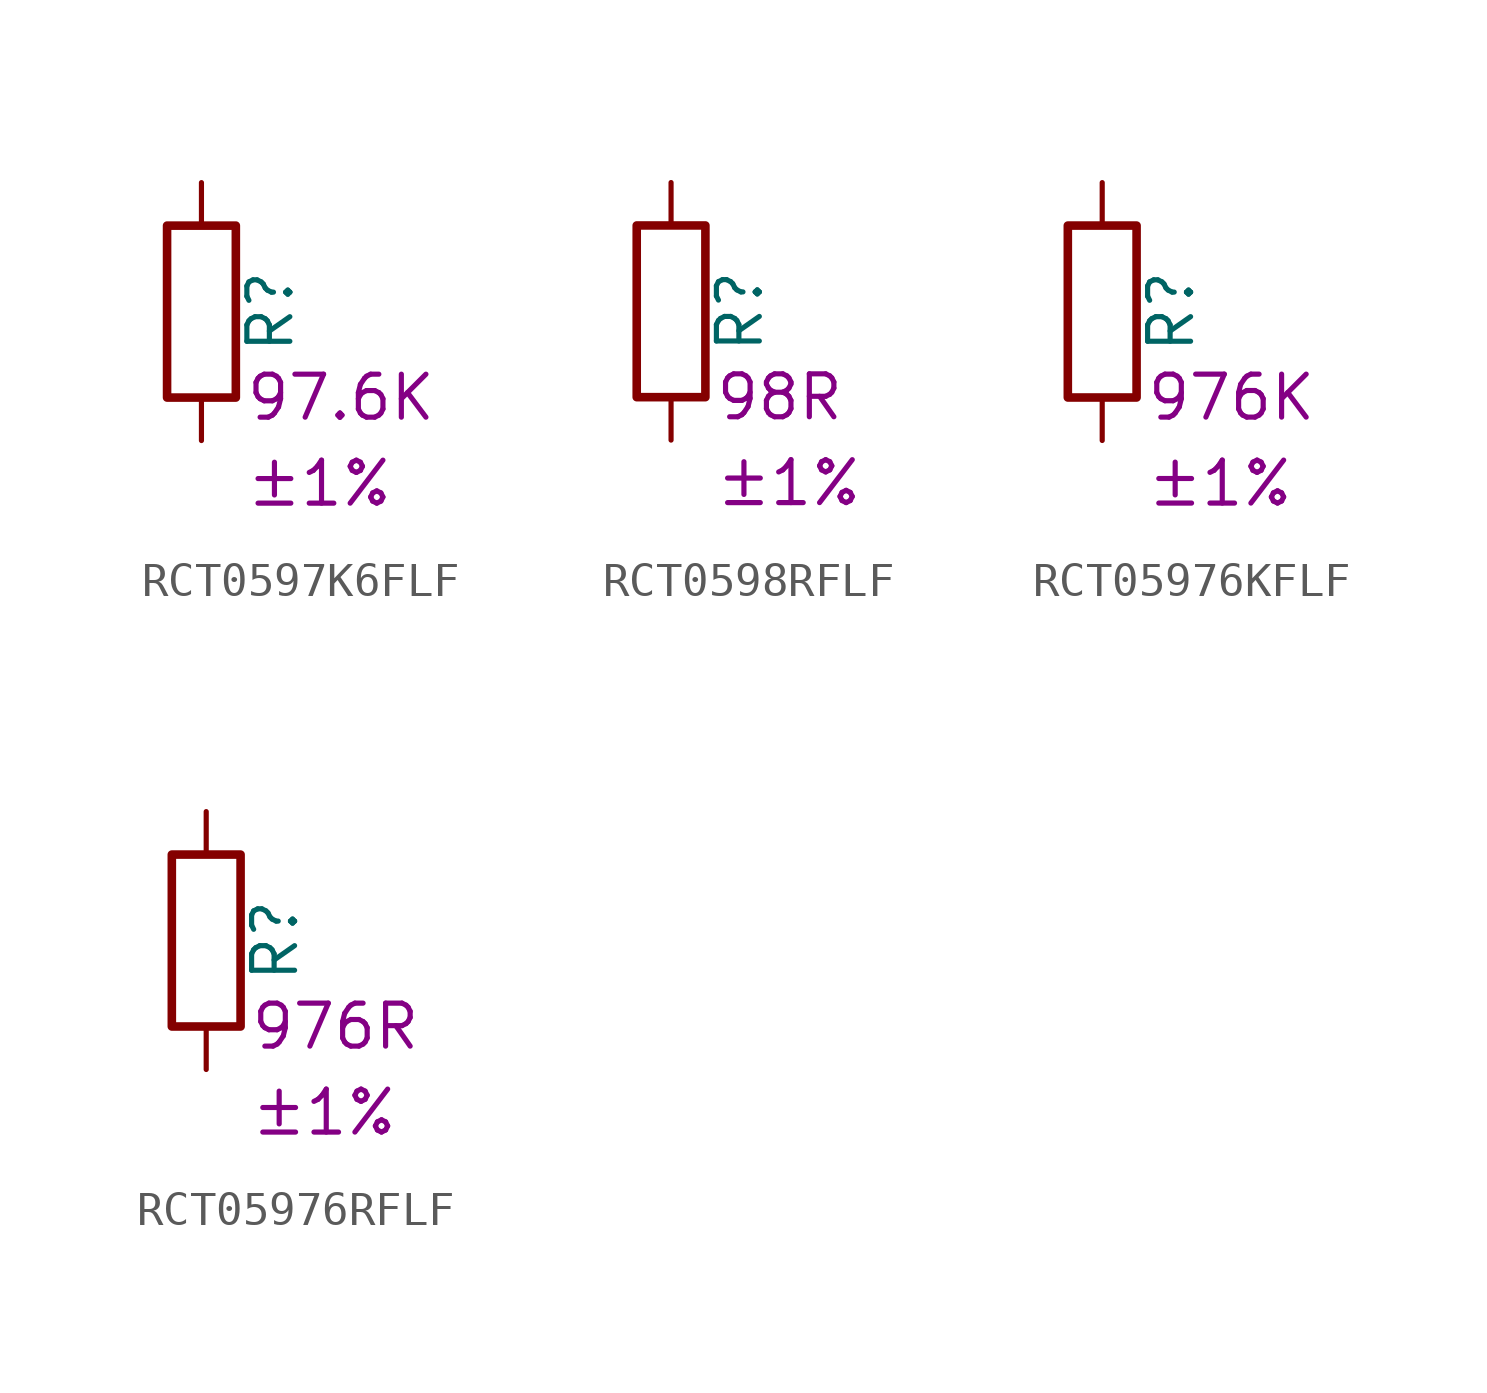
<source format=kicad_sym>
(kicad_symbol_lib
  (version 20220914)
  (generator kicad_symbol_editor)
  (symbol "RCT0597K6FLF"
    (pin_numbers hide)
    (pin_names
      (offset 0))
    (property "Reference" "R"
      (at 2.032 0 90)
      (effects (font (size 1.27 1.27))))
    (property "Resistance" "97.6K"
      (at 1.27 -2.54 0)
      (effects (font (size 1.27 1.27)) (justify left)))
    (property "Tolerance" "±1%"
      (at 1.27 -5.08 0)
      (effects (font (size 1.27 1.27)) (justify left)))
    (symbol "RCT0597K6FLF_0_1"
      (rectangle (start -1.016 -2.54) (end 1.016 2.54) (stroke (width 0.254) (type default)) (fill (type none))))
    (symbol "RCT0597K6FLF_1_1"
      (pin passive line (at 0 3.81 270) (length 1.27) (name "~" (effects (font (size 1.27 1.27)))) (number "1" (effects (font (size 1.27 1.27)))))
      (pin passive line (at 0 -3.81 90) (length 1.27) (name "~" (effects (font (size 1.27 1.27)))) (number "2" (effects (font (size 1.27 1.27)))))))
  (symbol "RCT0598RFLF"
    (pin_numbers hide)
    (pin_names
      (offset 0))
    (property "Reference" "R"
      (at 2.032 0 90)
      (effects (font (size 1.27 1.27))))
    (property "Resistance" "98R"
      (at 1.27 -2.54 0)
      (effects (font (size 1.27 1.27)) (justify left)))
    (property "Tolerance" "±1%"
      (at 1.27 -5.08 0)
      (effects (font (size 1.27 1.27)) (justify left)))
    (symbol "RCT0598RFLF_0_1"
      (rectangle (start -1.016 -2.54) (end 1.016 2.54) (stroke (width 0.254) (type default)) (fill (type none))))
    (symbol "RCT0598RFLF_1_1"
      (pin passive line (at 0 3.81 270) (length 1.27) (name "~" (effects (font (size 1.27 1.27)))) (number "1" (effects (font (size 1.27 1.27)))))
      (pin passive line (at 0 -3.81 90) (length 1.27) (name "~" (effects (font (size 1.27 1.27)))) (number "2" (effects (font (size 1.27 1.27)))))))
  (symbol "RCT05976KFLF"
    (pin_numbers hide)
    (pin_names
      (offset 0))
    (property "Reference" "R"
      (at 2.032 0 90)
      (effects (font (size 1.27 1.27))))
    (property "Resistance" "976K"
      (at 1.27 -2.54 0)
      (effects (font (size 1.27 1.27)) (justify left)))
    (property "Tolerance" "±1%"
      (at 1.27 -5.08 0)
      (effects (font (size 1.27 1.27)) (justify left)))
    (symbol "RCT05976KFLF_0_1"
      (rectangle (start -1.016 -2.54) (end 1.016 2.54) (stroke (width 0.254) (type default)) (fill (type none))))
    (symbol "RCT05976KFLF_1_1"
      (pin passive line (at 0 3.81 270) (length 1.27) (name "~" (effects (font (size 1.27 1.27)))) (number "1" (effects (font (size 1.27 1.27)))))
      (pin passive line (at 0 -3.81 90) (length 1.27) (name "~" (effects (font (size 1.27 1.27)))) (number "2" (effects (font (size 1.27 1.27)))))))
  (symbol "RCT05976RFLF"
    (pin_numbers hide)
    (pin_names
      (offset 0))
    (property "Reference" "R"
      (at 2.032 0 90)
      (effects (font (size 1.27 1.27))))
    (property "Resistance" "976R"
      (at 1.27 -2.54 0)
      (effects (font (size 1.27 1.27)) (justify left)))
    (property "Tolerance" "±1%"
      (at 1.27 -5.08 0)
      (effects (font (size 1.27 1.27)) (justify left)))
    (symbol "RCT05976RFLF_0_1"
      (rectangle (start -1.016 -2.54) (end 1.016 2.54) (stroke (width 0.254) (type default)) (fill (type none))))
    (symbol "RCT05976RFLF_1_1"
      (pin passive line (at 0 3.81 270) (length 1.27) (name "~" (effects (font (size 1.27 1.27)))) (number "1" (effects (font (size 1.27 1.27)))))
      (pin passive line (at 0 -3.81 90) (length 1.27) (name "~" (effects (font (size 1.27 1.27)))) (number "2" (effects (font (size 1.27 1.27))))))))
</source>
